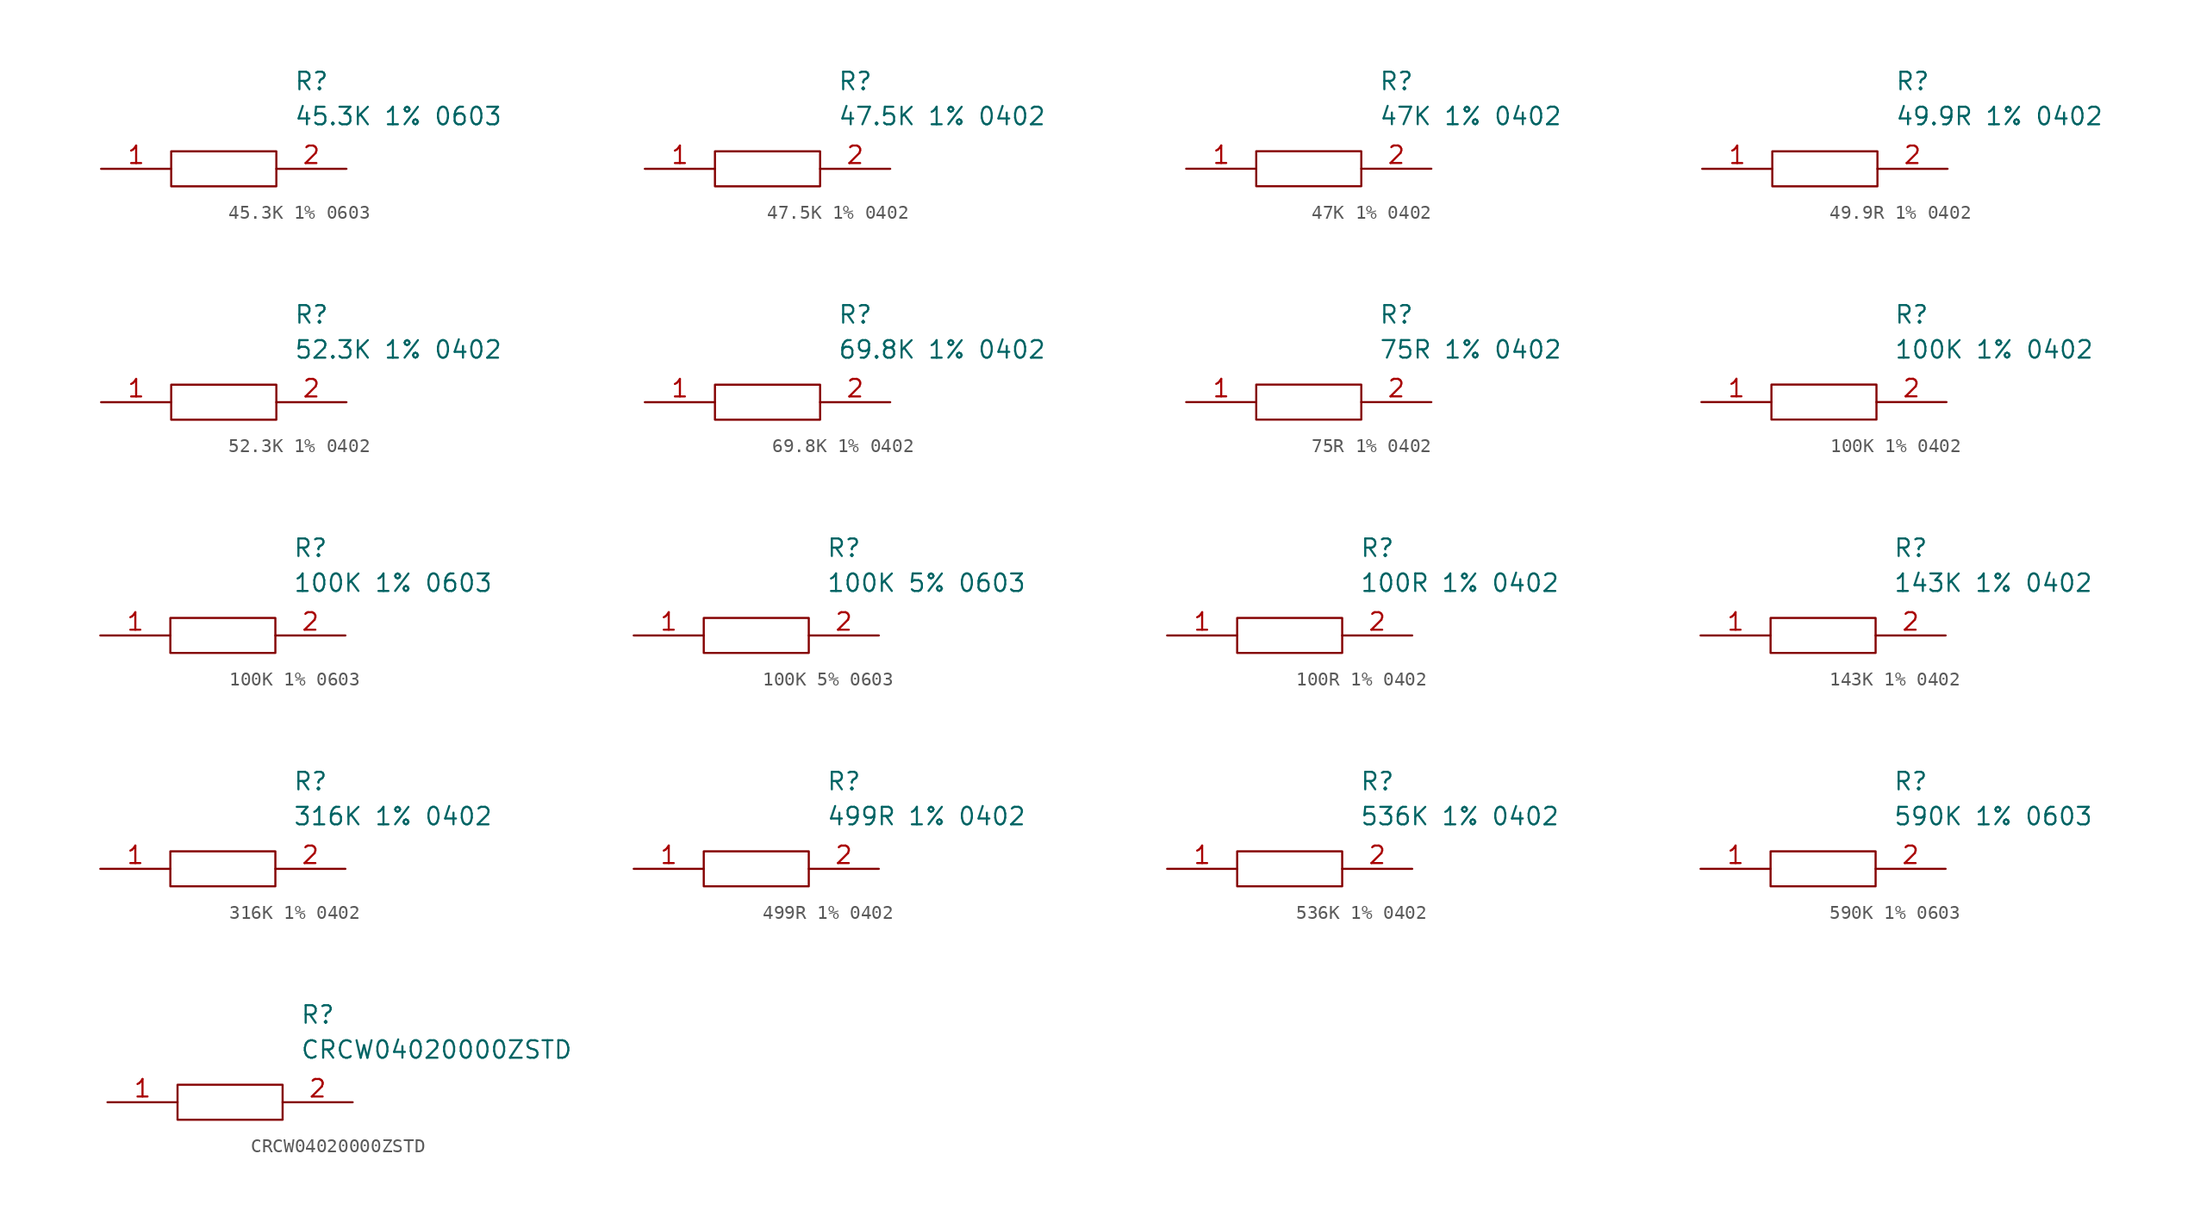
<source format=kicad_sym>
(kicad_symbol_lib
  (version 20211014)
  (generator kicad_symbol_editor)
  (symbol "45.3K 1% 0603"
    (pin_names
      (offset 0.762))
    (property "Reference" "R"
      (at 13.97 6.35 0)
      (effects (font (size 1.27 1.27)) (justify left)))
    (property "Value" "45.3K 1% 0603"
      (at 13.97 3.81 0)
      (effects (font (size 1.27 1.27)) (justify left)))
    (symbol "45.3K 1% 0603_0_0"
      (pin passive line (at 0 0 0) (length 5.08) (name "~" (effects (font (size 1.27 1.27)))) (number "1" (effects (font (size 1.27 1.27)))))
      (pin passive line (at 17.78 0 180) (length 5.08) (name "~" (effects (font (size 1.27 1.27)))) (number "2" (effects (font (size 1.27 1.27))))))
    (symbol "45.3K 1% 0603_0_1"
      (polyline (pts (xy 5.08 1.27) (xy 12.7 1.27) (xy 12.7 -1.27) (xy 5.08 -1.27) (xy 5.08 1.27)) (stroke (width 0.152) (type default) (color 0 0 0 0)) (fill (type none)))))
  (symbol "47.5K 1% 0402 "
    (pin_names
      (offset 0.762))
    (property "Reference" "R"
      (at 13.97 6.35 0)
      (effects (font (size 1.27 1.27)) (justify left)))
    (property "Value" "47.5K 1% 0402 "
      (at 13.97 3.81 0)
      (effects (font (size 1.27 1.27)) (justify left)))
    (symbol "47.5K 1% 0402 _0_0"
      (pin passive line (at 0 0 0) (length 5.08) (name "~" (effects (font (size 1.27 1.27)))) (number "1" (effects (font (size 1.27 1.27)))))
      (pin passive line (at 17.78 0 180) (length 5.08) (name "~" (effects (font (size 1.27 1.27)))) (number "2" (effects (font (size 1.27 1.27))))))
    (symbol "47.5K 1% 0402 _0_1"
      (polyline (pts (xy 5.08 1.27) (xy 12.7 1.27) (xy 12.7 -1.27) (xy 5.08 -1.27) (xy 5.08 1.27)) (stroke (width 0.152) (type default) (color 0 0 0 0)) (fill (type none)))))
  (symbol "47K 1% 0402"
    (pin_names
      (offset 0.762))
    (property "Reference" "R"
      (at 13.97 6.35 0)
      (effects (font (size 1.27 1.27)) (justify left)))
    (property "Value" "47K 1% 0402"
      (at 13.97 3.81 0)
      (effects (font (size 1.27 1.27)) (justify left)))
    (symbol "47K 1% 0402_0_0"
      (pin passive line (at 0 0 0) (length 5.08) (name "~" (effects (font (size 1.27 1.27)))) (number "1" (effects (font (size 1.27 1.27)))))
      (pin passive line (at 17.78 0 180) (length 5.08) (name "~" (effects (font (size 1.27 1.27)))) (number "2" (effects (font (size 1.27 1.27))))))
    (symbol "47K 1% 0402_0_1"
      (polyline (pts (xy 5.08 1.27) (xy 12.7 1.27) (xy 12.7 -1.27) (xy 5.08 -1.27) (xy 5.08 1.27)) (stroke (width 0.152) (type default) (color 0 0 0 0)) (fill (type none)))))
  (symbol "49.9R 1% 0402"
    (pin_names
      (offset 0.762))
    (property "Reference" "R"
      (at 13.97 6.35 0)
      (effects (font (size 1.27 1.27)) (justify left)))
    (property "Value" "49.9R 1% 0402"
      (at 13.97 3.81 0)
      (effects (font (size 1.27 1.27)) (justify left)))
    (symbol "49.9R 1% 0402_0_0"
      (pin passive line (at 0 0 0) (length 5.08) (name "~" (effects (font (size 1.27 1.27)))) (number "1" (effects (font (size 1.27 1.27)))))
      (pin passive line (at 17.78 0 180) (length 5.08) (name "~" (effects (font (size 1.27 1.27)))) (number "2" (effects (font (size 1.27 1.27))))))
    (symbol "49.9R 1% 0402_0_1"
      (polyline (pts (xy 5.08 1.27) (xy 12.7 1.27) (xy 12.7 -1.27) (xy 5.08 -1.27) (xy 5.08 1.27)) (stroke (width 0.152) (type default) (color 0 0 0 0)) (fill (type none)))))
  (symbol "52.3K 1% 0402"
    (pin_names
      (offset 0.762))
    (property "Reference" "R"
      (at 13.97 6.35 0)
      (effects (font (size 1.27 1.27)) (justify left)))
    (property "Value" "52.3K 1% 0402"
      (at 13.97 3.81 0)
      (effects (font (size 1.27 1.27)) (justify left)))
    (symbol "52.3K 1% 0402_0_0"
      (pin passive line (at 0 0 0) (length 5.08) (name "~" (effects (font (size 1.27 1.27)))) (number "1" (effects (font (size 1.27 1.27)))))
      (pin passive line (at 17.78 0 180) (length 5.08) (name "~" (effects (font (size 1.27 1.27)))) (number "2" (effects (font (size 1.27 1.27))))))
    (symbol "52.3K 1% 0402_0_1"
      (polyline (pts (xy 5.08 1.27) (xy 12.7 1.27) (xy 12.7 -1.27) (xy 5.08 -1.27) (xy 5.08 1.27)) (stroke (width 0.152) (type default) (color 0 0 0 0)) (fill (type none)))))
  (symbol "69.8K 1% 0402"
    (pin_names
      (offset 0.762))
    (property "Reference" "R"
      (at 13.97 6.35 0)
      (effects (font (size 1.27 1.27)) (justify left)))
    (property "Value" "69.8K 1% 0402"
      (at 13.97 3.81 0)
      (effects (font (size 1.27 1.27)) (justify left)))
    (symbol "69.8K 1% 0402_0_0"
      (pin passive line (at 0 0 0) (length 5.08) (name "~" (effects (font (size 1.27 1.27)))) (number "1" (effects (font (size 1.27 1.27)))))
      (pin passive line (at 17.78 0 180) (length 5.08) (name "~" (effects (font (size 1.27 1.27)))) (number "2" (effects (font (size 1.27 1.27))))))
    (symbol "69.8K 1% 0402_0_1"
      (polyline (pts (xy 5.08 1.27) (xy 12.7 1.27) (xy 12.7 -1.27) (xy 5.08 -1.27) (xy 5.08 1.27)) (stroke (width 0.152) (type default) (color 0 0 0 0)) (fill (type none)))))
  (symbol "75R 1% 0402"
    (pin_names
      (offset 0.762))
    (property "Reference" "R"
      (at 13.97 6.35 0)
      (effects (font (size 1.27 1.27)) (justify left)))
    (property "Value" "75R 1% 0402"
      (at 13.97 3.81 0)
      (effects (font (size 1.27 1.27)) (justify left)))
    (symbol "75R 1% 0402_0_0"
      (pin passive line (at 0 0 0) (length 5.08) (name "~" (effects (font (size 1.27 1.27)))) (number "1" (effects (font (size 1.27 1.27)))))
      (pin passive line (at 17.78 0 180) (length 5.08) (name "~" (effects (font (size 1.27 1.27)))) (number "2" (effects (font (size 1.27 1.27))))))
    (symbol "75R 1% 0402_0_1"
      (polyline (pts (xy 5.08 1.27) (xy 12.7 1.27) (xy 12.7 -1.27) (xy 5.08 -1.27) (xy 5.08 1.27)) (stroke (width 0.152) (type default) (color 0 0 0 0)) (fill (type none)))))
  (symbol "100K 1% 0402"
    (pin_names
      (offset 0.762))
    (property "Reference" "R"
      (at 13.97 6.35 0)
      (effects (font (size 1.27 1.27)) (justify left)))
    (property "Value" "100K 1% 0402"
      (at 13.97 3.81 0)
      (effects (font (size 1.27 1.27)) (justify left)))
    (symbol "100K 1% 0402_0_0"
      (pin passive line (at 0 0 0) (length 5.08) (name "~" (effects (font (size 1.27 1.27)))) (number "1" (effects (font (size 1.27 1.27)))))
      (pin passive line (at 17.78 0 180) (length 5.08) (name "~" (effects (font (size 1.27 1.27)))) (number "2" (effects (font (size 1.27 1.27))))))
    (symbol "100K 1% 0402_0_1"
      (polyline (pts (xy 5.08 1.27) (xy 12.7 1.27) (xy 12.7 -1.27) (xy 5.08 -1.27) (xy 5.08 1.27)) (stroke (width 0.152) (type default) (color 0 0 0 0)) (fill (type none)))))
  (symbol "100K 1% 0603"
    (pin_names
      (offset 0.762))
    (property "Reference" "R"
      (at 13.97 6.35 0)
      (effects (font (size 1.27 1.27)) (justify left)))
    (property "Value" "100K 1% 0603"
      (at 13.97 3.81 0)
      (effects (font (size 1.27 1.27)) (justify left)))
    (symbol "100K 1% 0603_0_0"
      (pin passive line (at 0 0 0) (length 5.08) (name "~" (effects (font (size 1.27 1.27)))) (number "1" (effects (font (size 1.27 1.27)))))
      (pin passive line (at 17.78 0 180) (length 5.08) (name "~" (effects (font (size 1.27 1.27)))) (number "2" (effects (font (size 1.27 1.27))))))
    (symbol "100K 1% 0603_0_1"
      (polyline (pts (xy 5.08 1.27) (xy 12.7 1.27) (xy 12.7 -1.27) (xy 5.08 -1.27) (xy 5.08 1.27)) (stroke (width 0.152) (type default) (color 0 0 0 0)) (fill (type none)))))
  (symbol "100K 5% 0603"
    (pin_names
      (offset 0.762))
    (property "Reference" "R"
      (at 13.97 6.35 0)
      (effects (font (size 1.27 1.27)) (justify left)))
    (property "Value" "100K 5% 0603"
      (at 13.97 3.81 0)
      (effects (font (size 1.27 1.27)) (justify left)))
    (symbol "100K 5% 0603_0_0"
      (pin passive line (at 0 0 0) (length 5.08) (name "~" (effects (font (size 1.27 1.27)))) (number "1" (effects (font (size 1.27 1.27)))))
      (pin passive line (at 17.78 0 180) (length 5.08) (name "~" (effects (font (size 1.27 1.27)))) (number "2" (effects (font (size 1.27 1.27))))))
    (symbol "100K 5% 0603_0_1"
      (polyline (pts (xy 5.08 1.27) (xy 12.7 1.27) (xy 12.7 -1.27) (xy 5.08 -1.27) (xy 5.08 1.27)) (stroke (width 0.152) (type default) (color 0 0 0 0)) (fill (type none)))))
  (symbol "100R 1% 0402"
    (pin_names
      (offset 0.762))
    (property "Reference" "R"
      (at 13.97 6.35 0)
      (effects (font (size 1.27 1.27)) (justify left)))
    (property "Value" "100R 1% 0402"
      (at 13.97 3.81 0)
      (effects (font (size 1.27 1.27)) (justify left)))
    (symbol "100R 1% 0402_0_0"
      (pin passive line (at 0 0 0) (length 5.08) (name "~" (effects (font (size 1.27 1.27)))) (number "1" (effects (font (size 1.27 1.27)))))
      (pin passive line (at 17.78 0 180) (length 5.08) (name "~" (effects (font (size 1.27 1.27)))) (number "2" (effects (font (size 1.27 1.27))))))
    (symbol "100R 1% 0402_0_1"
      (polyline (pts (xy 5.08 1.27) (xy 12.7 1.27) (xy 12.7 -1.27) (xy 5.08 -1.27) (xy 5.08 1.27)) (stroke (width 0.152) (type default) (color 0 0 0 0)) (fill (type none)))))
  (symbol "143K 1% 0402"
    (pin_names
      (offset 0.762))
    (property "Reference" "R"
      (at 13.97 6.35 0)
      (effects (font (size 1.27 1.27)) (justify left)))
    (property "Value" "143K 1% 0402"
      (at 13.97 3.81 0)
      (effects (font (size 1.27 1.27)) (justify left)))
    (symbol "143K 1% 0402_0_0"
      (pin passive line (at 0 0 0) (length 5.08) (name "~" (effects (font (size 1.27 1.27)))) (number "1" (effects (font (size 1.27 1.27)))))
      (pin passive line (at 17.78 0 180) (length 5.08) (name "~" (effects (font (size 1.27 1.27)))) (number "2" (effects (font (size 1.27 1.27))))))
    (symbol "143K 1% 0402_0_1"
      (polyline (pts (xy 5.08 1.27) (xy 12.7 1.27) (xy 12.7 -1.27) (xy 5.08 -1.27) (xy 5.08 1.27)) (stroke (width 0.152) (type default) (color 0 0 0 0)) (fill (type none)))))
  (symbol "316K 1% 0402"
    (pin_names
      (offset 0.762))
    (property "Reference" "R"
      (at 13.97 6.35 0)
      (effects (font (size 1.27 1.27)) (justify left)))
    (property "Value" "316K 1% 0402"
      (at 13.97 3.81 0)
      (effects (font (size 1.27 1.27)) (justify left)))
    (symbol "316K 1% 0402_0_0"
      (pin passive line (at 0 0 0) (length 5.08) (name "~" (effects (font (size 1.27 1.27)))) (number "1" (effects (font (size 1.27 1.27)))))
      (pin passive line (at 17.78 0 180) (length 5.08) (name "~" (effects (font (size 1.27 1.27)))) (number "2" (effects (font (size 1.27 1.27))))))
    (symbol "316K 1% 0402_0_1"
      (polyline (pts (xy 5.08 1.27) (xy 12.7 1.27) (xy 12.7 -1.27) (xy 5.08 -1.27) (xy 5.08 1.27)) (stroke (width 0.152) (type default) (color 0 0 0 0)) (fill (type none)))))
  (symbol "499R 1% 0402"
    (pin_names
      (offset 0.762))
    (property "Reference" "R"
      (at 13.97 6.35 0)
      (effects (font (size 1.27 1.27)) (justify left)))
    (property "Value" "499R 1% 0402"
      (at 13.97 3.81 0)
      (effects (font (size 1.27 1.27)) (justify left)))
    (symbol "499R 1% 0402_0_0"
      (pin passive line (at 0 0 0) (length 5.08) (name "~" (effects (font (size 1.27 1.27)))) (number "1" (effects (font (size 1.27 1.27)))))
      (pin passive line (at 17.78 0 180) (length 5.08) (name "~" (effects (font (size 1.27 1.27)))) (number "2" (effects (font (size 1.27 1.27))))))
    (symbol "499R 1% 0402_0_1"
      (polyline (pts (xy 5.08 1.27) (xy 12.7 1.27) (xy 12.7 -1.27) (xy 5.08 -1.27) (xy 5.08 1.27)) (stroke (width 0.152) (type default) (color 0 0 0 0)) (fill (type none)))))
  (symbol "536K 1% 0402"
    (pin_names
      (offset 0.762))
    (property "Reference" "R"
      (at 13.97 6.35 0)
      (effects (font (size 1.27 1.27)) (justify left)))
    (property "Value" "536K 1% 0402"
      (at 13.97 3.81 0)
      (effects (font (size 1.27 1.27)) (justify left)))
    (symbol "536K 1% 0402_0_0"
      (pin passive line (at 0 0 0) (length 5.08) (name "~" (effects (font (size 1.27 1.27)))) (number "1" (effects (font (size 1.27 1.27)))))
      (pin passive line (at 17.78 0 180) (length 5.08) (name "~" (effects (font (size 1.27 1.27)))) (number "2" (effects (font (size 1.27 1.27))))))
    (symbol "536K 1% 0402_0_1"
      (polyline (pts (xy 5.08 1.27) (xy 12.7 1.27) (xy 12.7 -1.27) (xy 5.08 -1.27) (xy 5.08 1.27)) (stroke (width 0.152) (type default) (color 0 0 0 0)) (fill (type none)))))
  (symbol "590K 1% 0603"
    (pin_names
      (offset 0.762))
    (property "Reference" "R"
      (at 13.97 6.35 0)
      (effects (font (size 1.27 1.27)) (justify left)))
    (property "Value" "590K 1% 0603"
      (at 13.97 3.81 0)
      (effects (font (size 1.27 1.27)) (justify left)))
    (symbol "590K 1% 0603_0_0"
      (pin passive line (at 0 0 0) (length 5.08) (name "~" (effects (font (size 1.27 1.27)))) (number "1" (effects (font (size 1.27 1.27)))))
      (pin passive line (at 17.78 0 180) (length 5.08) (name "~" (effects (font (size 1.27 1.27)))) (number "2" (effects (font (size 1.27 1.27))))))
    (symbol "590K 1% 0603_0_1"
      (polyline (pts (xy 5.08 1.27) (xy 12.7 1.27) (xy 12.7 -1.27) (xy 5.08 -1.27) (xy 5.08 1.27)) (stroke (width 0.152) (type default) (color 0 0 0 0)) (fill (type none)))))
  (symbol "CRCW04020000ZSTD"
    (pin_names
      (offset 0.762))
    (property "Reference" "R"
      (at 13.97 6.35 0)
      (effects (font (size 1.27 1.27)) (justify left)))
    (property "Value" "CRCW04020000ZSTD"
      (at 13.97 3.81 0)
      (effects (font (size 1.27 1.27)) (justify left)))
    (symbol "CRCW04020000ZSTD_0_0"
      (pin passive line (at 0 0 0) (length 5.08) (name "~" (effects (font (size 1.27 1.27)))) (number "1" (effects (font (size 1.27 1.27)))))
      (pin passive line (at 17.78 0 180) (length 5.08) (name "~" (effects (font (size 1.27 1.27)))) (number "2" (effects (font (size 1.27 1.27))))))
    (symbol "CRCW04020000ZSTD_0_1"
      (polyline (pts (xy 5.08 1.27) (xy 12.7 1.27) (xy 12.7 -1.27) (xy 5.08 -1.27) (xy 5.08 1.27)) (stroke (width 0.152) (type default) (color 0 0 0 0)) (fill (type none))))))
</source>
